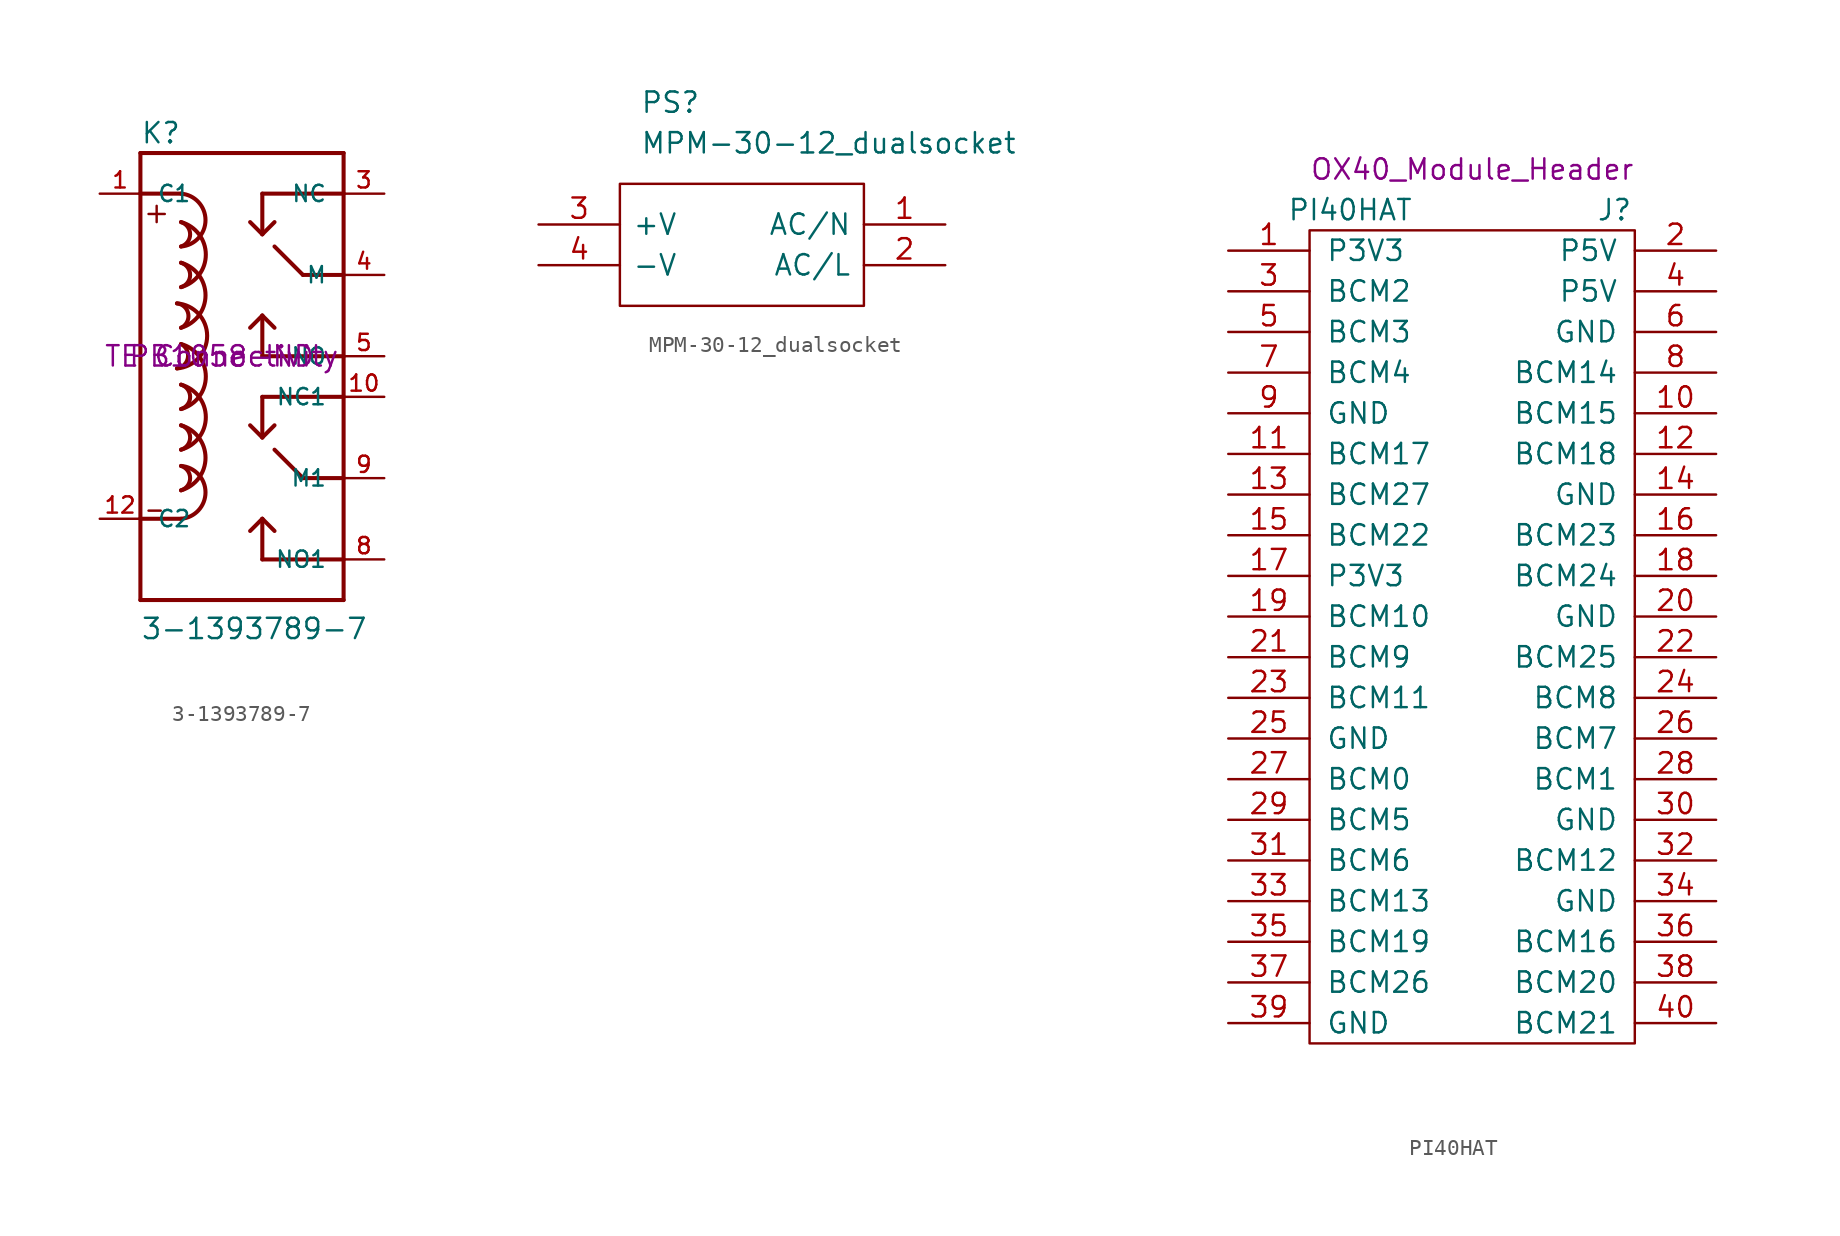
<source format=kicad_sym>
(kicad_symbol_lib
  (version 20211014)
  (generator kicad_symbol_editor)
  (symbol "3-1393789-7"
    (pin_names
      (offset 1.016))
    (property "Reference" "K"
      (at -5.08 13.208 0)
      (effects (font (size 1.27 1.27)) (justify left bottom)))
    (property "Value" "3-1393789-7"
      (at -5.08 -17.78 0)
      (effects (font (size 1.27 1.27)) (justify left bottom)))
    (property "Manufacturer" "TE Connectivity"
      (at 0 0 0)
      (effects (font (size 1.27 1.27))))
    (property "Digikey" "PB1058-ND"
      (at 0 0 0)
      (effects (font (size 1.27 1.27))))
    (symbol "3-1393789-7_0_0"
      (arc (start -2.794 -0.762) (mid -0.9087 1.27) (end -2.794 3.302) (stroke (width 0.254) (type default) (color 0 0 0 0)) (fill (type none)))
      (arc (start -2.794 -0.762) (mid -2.1104 -0.0928) (end -2.54 0.762) (stroke (width 0.254) (type default) (color 0 0 0 0)) (fill (type none)))
      (arc (start -2.54 -10.16) (mid -1.0111 -8.509) (end -2.54 -6.858) (stroke (width 0.254) (type default) (color 0 0 0 0)) (fill (type none)))
      (arc (start -2.54 -8.382) (mid -1.973 -7.62) (end -2.54 -6.858) (stroke (width 0.254) (type default) (color 0 0 0 0)) (fill (type none)))
      (arc (start -2.54 -8.382) (mid -1.0099 -6.35) (end -2.54 -4.318) (stroke (width 0.254) (type default) (color 0 0 0 0)) (fill (type none)))
      (arc (start -2.54 -5.842) (mid -1.973 -5.08) (end -2.54 -4.318) (stroke (width 0.254) (type default) (color 0 0 0 0)) (fill (type none)))
      (arc (start -2.54 -5.842) (mid -0.9914 -3.81) (end -2.54 -1.778) (stroke (width 0.254) (type default) (color 0 0 0 0)) (fill (type none)))
      (arc (start -2.54 -3.302) (mid -1.973 -2.54) (end -2.54 -1.778) (stroke (width 0.254) (type default) (color 0 0 0 0)) (fill (type none)))
      (arc (start -2.54 -3.302) (mid -0.9914 -1.27) (end -2.54 0.762) (stroke (width 0.254) (type default) (color 0 0 0 0)) (fill (type none)))
      (arc (start -2.54 1.778) (mid -2.0867 2.6367) (end -2.794 3.302) (stroke (width 0.254) (type default) (color 0 0 0 0)) (fill (type none)))
      (arc (start -2.54 1.778) (mid -1.0099 3.81) (end -2.54 5.842) (stroke (width 0.254) (type default) (color 0 0 0 0)) (fill (type none)))
      (arc (start -2.54 4.318) (mid -1.973 5.08) (end -2.54 5.842) (stroke (width 0.254) (type default) (color 0 0 0 0)) (fill (type none)))
      (arc (start -2.54 4.318) (mid -0.9914 6.35) (end -2.54 8.382) (stroke (width 0.254) (type default) (color 0 0 0 0)) (fill (type none)))
      (arc (start -2.54 6.858) (mid -1.973 7.62) (end -2.54 8.382) (stroke (width 0.254) (type default) (color 0 0 0 0)) (fill (type none)))
      (arc (start -2.54 6.858) (mid -1.0111 8.509) (end -2.54 10.16) (stroke (width 0.254) (type default) (color 0 0 0 0)) (fill (type none)))
      (polyline (pts (xy -5.08 -15.24) (xy -5.08 -10.16)) (stroke (width 0.254) (type default) (color 0 0 0 0)) (fill (type none)))
      (polyline (pts (xy -5.08 -10.16) (xy -5.08 10.16)) (stroke (width 0.254) (type default) (color 0 0 0 0)) (fill (type none)))
      (polyline (pts (xy -5.08 -10.16) (xy -2.54 -10.16)) (stroke (width 0.254) (type default) (color 0 0 0 0)) (fill (type none)))
      (polyline (pts (xy -5.08 10.16) (xy -5.08 12.7)) (stroke (width 0.254) (type default) (color 0 0 0 0)) (fill (type none)))
      (polyline (pts (xy -5.08 10.16) (xy -2.54 10.16)) (stroke (width 0.254) (type default) (color 0 0 0 0)) (fill (type none)))
      (polyline (pts (xy -5.08 12.7) (xy 7.62 12.7)) (stroke (width 0.254) (type default) (color 0 0 0 0)) (fill (type none)))
      (polyline (pts (xy -4.572 -9.652) (xy -3.81 -9.652)) (stroke (width 0.152) (type default) (color 0 0 0 0)) (fill (type none)))
      (polyline (pts (xy -4.572 8.89) (xy -3.556 8.89)) (stroke (width 0.152) (type default) (color 0 0 0 0)) (fill (type none)))
      (polyline (pts (xy -4.064 9.398) (xy -4.064 8.382)) (stroke (width 0.152) (type default) (color 0 0 0 0)) (fill (type none)))
      (polyline (pts (xy 2.54 -12.7) (xy 2.54 -10.16)) (stroke (width 0.254) (type default) (color 0 0 0 0)) (fill (type none)))
      (polyline (pts (xy 2.54 -10.16) (xy 1.778 -10.922)) (stroke (width 0.254) (type default) (color 0 0 0 0)) (fill (type none)))
      (polyline (pts (xy 2.54 -10.16) (xy 3.302 -10.922)) (stroke (width 0.254) (type default) (color 0 0 0 0)) (fill (type none)))
      (polyline (pts (xy 2.54 -5.08) (xy 1.778 -4.318)) (stroke (width 0.254) (type default) (color 0 0 0 0)) (fill (type none)))
      (polyline (pts (xy 2.54 -5.08) (xy 3.302 -4.318)) (stroke (width 0.254) (type default) (color 0 0 0 0)) (fill (type none)))
      (polyline (pts (xy 2.54 -2.54) (xy 2.54 -5.08)) (stroke (width 0.254) (type default) (color 0 0 0 0)) (fill (type none)))
      (polyline (pts (xy 2.54 0) (xy 2.54 2.54)) (stroke (width 0.254) (type default) (color 0 0 0 0)) (fill (type none)))
      (polyline (pts (xy 2.54 2.54) (xy 1.778 1.778)) (stroke (width 0.254) (type default) (color 0 0 0 0)) (fill (type none)))
      (polyline (pts (xy 2.54 2.54) (xy 3.302 1.778)) (stroke (width 0.254) (type default) (color 0 0 0 0)) (fill (type none)))
      (polyline (pts (xy 2.54 7.62) (xy 1.778 8.382)) (stroke (width 0.254) (type default) (color 0 0 0 0)) (fill (type none)))
      (polyline (pts (xy 2.54 7.62) (xy 3.302 8.382)) (stroke (width 0.254) (type default) (color 0 0 0 0)) (fill (type none)))
      (polyline (pts (xy 2.54 10.16) (xy 2.54 7.62)) (stroke (width 0.254) (type default) (color 0 0 0 0)) (fill (type none)))
      (polyline (pts (xy 5.08 -7.62) (xy 3.302 -5.842)) (stroke (width 0.254) (type default) (color 0 0 0 0)) (fill (type none)))
      (polyline (pts (xy 5.08 5.08) (xy 3.302 6.858)) (stroke (width 0.254) (type default) (color 0 0 0 0)) (fill (type none)))
      (polyline (pts (xy 7.62 -15.24) (xy -5.08 -15.24)) (stroke (width 0.254) (type default) (color 0 0 0 0)) (fill (type none)))
      (polyline (pts (xy 7.62 -12.7) (xy 2.54 -12.7)) (stroke (width 0.254) (type default) (color 0 0 0 0)) (fill (type none)))
      (polyline (pts (xy 7.62 -12.7) (xy 7.62 -15.24)) (stroke (width 0.254) (type default) (color 0 0 0 0)) (fill (type none)))
      (polyline (pts (xy 7.62 -7.62) (xy 5.08 -7.62)) (stroke (width 0.254) (type default) (color 0 0 0 0)) (fill (type none)))
      (polyline (pts (xy 7.62 -7.62) (xy 7.62 -12.7)) (stroke (width 0.254) (type default) (color 0 0 0 0)) (fill (type none)))
      (polyline (pts (xy 7.62 -2.54) (xy 2.54 -2.54)) (stroke (width 0.254) (type default) (color 0 0 0 0)) (fill (type none)))
      (polyline (pts (xy 7.62 -2.54) (xy 7.62 -7.62)) (stroke (width 0.254) (type default) (color 0 0 0 0)) (fill (type none)))
      (polyline (pts (xy 7.62 0) (xy 2.54 0)) (stroke (width 0.254) (type default) (color 0 0 0 0)) (fill (type none)))
      (polyline (pts (xy 7.62 0) (xy 7.62 -2.54)) (stroke (width 0.254) (type default) (color 0 0 0 0)) (fill (type none)))
      (polyline (pts (xy 7.62 5.08) (xy 5.08 5.08)) (stroke (width 0.254) (type default) (color 0 0 0 0)) (fill (type none)))
      (polyline (pts (xy 7.62 5.08) (xy 7.62 0)) (stroke (width 0.254) (type default) (color 0 0 0 0)) (fill (type none)))
      (polyline (pts (xy 7.62 10.16) (xy 2.54 10.16)) (stroke (width 0.254) (type default) (color 0 0 0 0)) (fill (type none)))
      (polyline (pts (xy 7.62 10.16) (xy 7.62 5.08)) (stroke (width 0.254) (type default) (color 0 0 0 0)) (fill (type none)))
      (polyline (pts (xy 7.62 12.7) (xy 7.62 10.16)) (stroke (width 0.254) (type default) (color 0 0 0 0)) (fill (type none)))
      (pin passive line (at -7.62 10.16 0) (length 2.54) (name "C1" (effects (font (size 1.016 1.016)))) (number "1" (effects (font (size 1.016 1.016)))))
      (pin passive line (at 10.16 -2.54 180) (length 2.54) (name "NC1" (effects (font (size 1.016 1.016)))) (number "10" (effects (font (size 1.016 1.016)))))
      (pin passive line (at -7.62 -10.16 0) (length 2.54) (name "C2" (effects (font (size 1.016 1.016)))) (number "12" (effects (font (size 1.016 1.016)))))
      (pin passive line (at 10.16 10.16 180) (length 2.54) (name "NC" (effects (font (size 1.016 1.016)))) (number "3" (effects (font (size 1.016 1.016)))))
      (pin passive line (at 10.16 5.08 180) (length 2.54) (name "M" (effects (font (size 1.016 1.016)))) (number "4" (effects (font (size 1.016 1.016)))))
      (pin passive line (at 10.16 0 180) (length 2.54) (name "NO" (effects (font (size 1.016 1.016)))) (number "5" (effects (font (size 1.016 1.016)))))
      (pin passive line (at 10.16 -12.7 180) (length 2.54) (name "NO1" (effects (font (size 1.016 1.016)))) (number "8" (effects (font (size 1.016 1.016)))))
      (pin passive line (at 10.16 -7.62 180) (length 2.54) (name "M1" (effects (font (size 1.016 1.016)))) (number "9" (effects (font (size 1.016 1.016)))))))
  (symbol "MPM-30-12_dualsocket"
    (pin_names
      (offset 0.762))
    (property "Reference" "PS"
      (at -6.35 8.89 0)
      (effects (font (size 1.27 1.27)) (justify left)))
    (property "Value" "MPM-30-12_dualsocket"
      (at -6.35 6.35 0)
      (effects (font (size 1.27 1.27)) (justify left)))
    (symbol "MPM-30-12_dualsocket_0_0"
      (pin passive line (at 12.7 1.27 180) (length 5.08) (name "AC/N" (effects (font (size 1.27 1.27)))) (number "1" (effects (font (size 1.27 1.27)))))
      (pin passive line (at 12.7 -1.27 180) (length 5.08) (name "AC/L" (effects (font (size 1.27 1.27)))) (number "2" (effects (font (size 1.27 1.27)))))
      (pin passive line (at -12.7 1.27 0) (length 5.08) (name "+V" (effects (font (size 1.27 1.27)))) (number "3" (effects (font (size 1.27 1.27)))))
      (pin passive line (at -12.7 -1.27 0) (length 5.08) (name "-V" (effects (font (size 1.27 1.27)))) (number "4" (effects (font (size 1.27 1.27))))))
    (symbol "MPM-30-12_dualsocket_0_1"
      (polyline (pts (xy -7.62 3.81) (xy 7.62 3.81) (xy 7.62 -3.81) (xy -7.62 -3.81) (xy -7.62 3.81)) (stroke (width 0.152) (type default) (color 0 0 0 0)) (fill (type none)))))
  (symbol "PI40HAT"
    (pin_names
      (offset 1.016))
    (property "Reference" "J"
      (at 8.89 2.54 0)
      (effects (font (size 1.27 1.27))))
    (property "Value" "PI40HAT"
      (at -7.62 2.54 0)
      (effects (font (size 1.27 1.27))))
    (property "Footprint" "OX40_Module_Header"
      (at 0 5.08 0)
      (effects (font (size 1.27 1.27))))
    (property "Datasheet" ""
      (at -17.78 0 0)
      (effects (font (size 1.27 1.27))))
    (symbol "PI40HAT_0_1"
      (rectangle (start -10.16 1.27) (end 10.16 -49.53) (stroke (width 0) (type default) (color 0 0 0 0)) (fill (type none))))
    (symbol "PI40HAT_1_1"
      (pin passive line (at -15.24 0 0) (length 5.08) (name "P3V3" (effects (font (size 1.27 1.27)))) (number "1" (effects (font (size 1.27 1.27)))))
      (pin passive line (at 15.24 -10.16 180) (length 5.08) (name "BCM15" (effects (font (size 1.27 1.27)))) (number "10" (effects (font (size 1.27 1.27)))))
      (pin passive line (at -15.24 -12.7 0) (length 5.08) (name "BCM17" (effects (font (size 1.27 1.27)))) (number "11" (effects (font (size 1.27 1.27)))))
      (pin passive line (at 15.24 -12.7 180) (length 5.08) (name "BCM18" (effects (font (size 1.27 1.27)))) (number "12" (effects (font (size 1.27 1.27)))))
      (pin passive line (at -15.24 -15.24 0) (length 5.08) (name "BCM27" (effects (font (size 1.27 1.27)))) (number "13" (effects (font (size 1.27 1.27)))))
      (pin passive line (at 15.24 -15.24 180) (length 5.08) (name "GND" (effects (font (size 1.27 1.27)))) (number "14" (effects (font (size 1.27 1.27)))))
      (pin passive line (at -15.24 -17.78 0) (length 5.08) (name "BCM22" (effects (font (size 1.27 1.27)))) (number "15" (effects (font (size 1.27 1.27)))))
      (pin passive line (at 15.24 -17.78 180) (length 5.08) (name "BCM23" (effects (font (size 1.27 1.27)))) (number "16" (effects (font (size 1.27 1.27)))))
      (pin passive line (at -15.24 -20.32 0) (length 5.08) (name "P3V3" (effects (font (size 1.27 1.27)))) (number "17" (effects (font (size 1.27 1.27)))))
      (pin passive line (at 15.24 -20.32 180) (length 5.08) (name "BCM24" (effects (font (size 1.27 1.27)))) (number "18" (effects (font (size 1.27 1.27)))))
      (pin passive line (at -15.24 -22.86 0) (length 5.08) (name "BCM10" (effects (font (size 1.27 1.27)))) (number "19" (effects (font (size 1.27 1.27)))))
      (pin passive line (at 15.24 0 180) (length 5.08) (name "P5V" (effects (font (size 1.27 1.27)))) (number "2" (effects (font (size 1.27 1.27)))))
      (pin passive line (at 15.24 -22.86 180) (length 5.08) (name "GND" (effects (font (size 1.27 1.27)))) (number "20" (effects (font (size 1.27 1.27)))))
      (pin passive line (at -15.24 -25.4 0) (length 5.08) (name "BCM9" (effects (font (size 1.27 1.27)))) (number "21" (effects (font (size 1.27 1.27)))))
      (pin passive line (at 15.24 -25.4 180) (length 5.08) (name "BCM25" (effects (font (size 1.27 1.27)))) (number "22" (effects (font (size 1.27 1.27)))))
      (pin passive line (at -15.24 -27.94 0) (length 5.08) (name "BCM11" (effects (font (size 1.27 1.27)))) (number "23" (effects (font (size 1.27 1.27)))))
      (pin passive line (at 15.24 -27.94 180) (length 5.08) (name "BCM8" (effects (font (size 1.27 1.27)))) (number "24" (effects (font (size 1.27 1.27)))))
      (pin passive line (at -15.24 -30.48 0) (length 5.08) (name "GND" (effects (font (size 1.27 1.27)))) (number "25" (effects (font (size 1.27 1.27)))))
      (pin passive line (at 15.24 -30.48 180) (length 5.08) (name "BCM7" (effects (font (size 1.27 1.27)))) (number "26" (effects (font (size 1.27 1.27)))))
      (pin passive line (at -15.24 -33.02 0) (length 5.08) (name "BCM0" (effects (font (size 1.27 1.27)))) (number "27" (effects (font (size 1.27 1.27)))))
      (pin passive line (at 15.24 -33.02 180) (length 5.08) (name "BCM1" (effects (font (size 1.27 1.27)))) (number "28" (effects (font (size 1.27 1.27)))))
      (pin passive line (at -15.24 -35.56 0) (length 5.08) (name "BCM5" (effects (font (size 1.27 1.27)))) (number "29" (effects (font (size 1.27 1.27)))))
      (pin passive line (at -15.24 -2.54 0) (length 5.08) (name "BCM2" (effects (font (size 1.27 1.27)))) (number "3" (effects (font (size 1.27 1.27)))))
      (pin passive line (at 15.24 -35.56 180) (length 5.08) (name "GND" (effects (font (size 1.27 1.27)))) (number "30" (effects (font (size 1.27 1.27)))))
      (pin passive line (at -15.24 -38.1 0) (length 5.08) (name "BCM6" (effects (font (size 1.27 1.27)))) (number "31" (effects (font (size 1.27 1.27)))))
      (pin passive line (at 15.24 -38.1 180) (length 5.08) (name "BCM12" (effects (font (size 1.27 1.27)))) (number "32" (effects (font (size 1.27 1.27)))))
      (pin passive line (at -15.24 -40.64 0) (length 5.08) (name "BCM13" (effects (font (size 1.27 1.27)))) (number "33" (effects (font (size 1.27 1.27)))))
      (pin passive line (at 15.24 -40.64 180) (length 5.08) (name "GND" (effects (font (size 1.27 1.27)))) (number "34" (effects (font (size 1.27 1.27)))))
      (pin passive line (at -15.24 -43.18 0) (length 5.08) (name "BCM19" (effects (font (size 1.27 1.27)))) (number "35" (effects (font (size 1.27 1.27)))))
      (pin passive line (at 15.24 -43.18 180) (length 5.08) (name "BCM16" (effects (font (size 1.27 1.27)))) (number "36" (effects (font (size 1.27 1.27)))))
      (pin passive line (at -15.24 -45.72 0) (length 5.08) (name "BCM26" (effects (font (size 1.27 1.27)))) (number "37" (effects (font (size 1.27 1.27)))))
      (pin passive line (at 15.24 -45.72 180) (length 5.08) (name "BCM20" (effects (font (size 1.27 1.27)))) (number "38" (effects (font (size 1.27 1.27)))))
      (pin passive line (at -15.24 -48.26 0) (length 5.08) (name "GND" (effects (font (size 1.27 1.27)))) (number "39" (effects (font (size 1.27 1.27)))))
      (pin passive line (at 15.24 -2.54 180) (length 5.08) (name "P5V" (effects (font (size 1.27 1.27)))) (number "4" (effects (font (size 1.27 1.27)))))
      (pin passive line (at 15.24 -48.26 180) (length 5.08) (name "BCM21" (effects (font (size 1.27 1.27)))) (number "40" (effects (font (size 1.27 1.27)))))
      (pin passive line (at -15.24 -5.08 0) (length 5.08) (name "BCM3" (effects (font (size 1.27 1.27)))) (number "5" (effects (font (size 1.27 1.27)))))
      (pin passive line (at 15.24 -5.08 180) (length 5.08) (name "GND" (effects (font (size 1.27 1.27)))) (number "6" (effects (font (size 1.27 1.27)))))
      (pin passive line (at -15.24 -7.62 0) (length 5.08) (name "BCM4" (effects (font (size 1.27 1.27)))) (number "7" (effects (font (size 1.27 1.27)))))
      (pin passive line (at 15.24 -7.62 180) (length 5.08) (name "BCM14" (effects (font (size 1.27 1.27)))) (number "8" (effects (font (size 1.27 1.27)))))
      (pin passive line (at -15.24 -10.16 0) (length 5.08) (name "GND" (effects (font (size 1.27 1.27)))) (number "9" (effects (font (size 1.27 1.27))))))))
</source>
